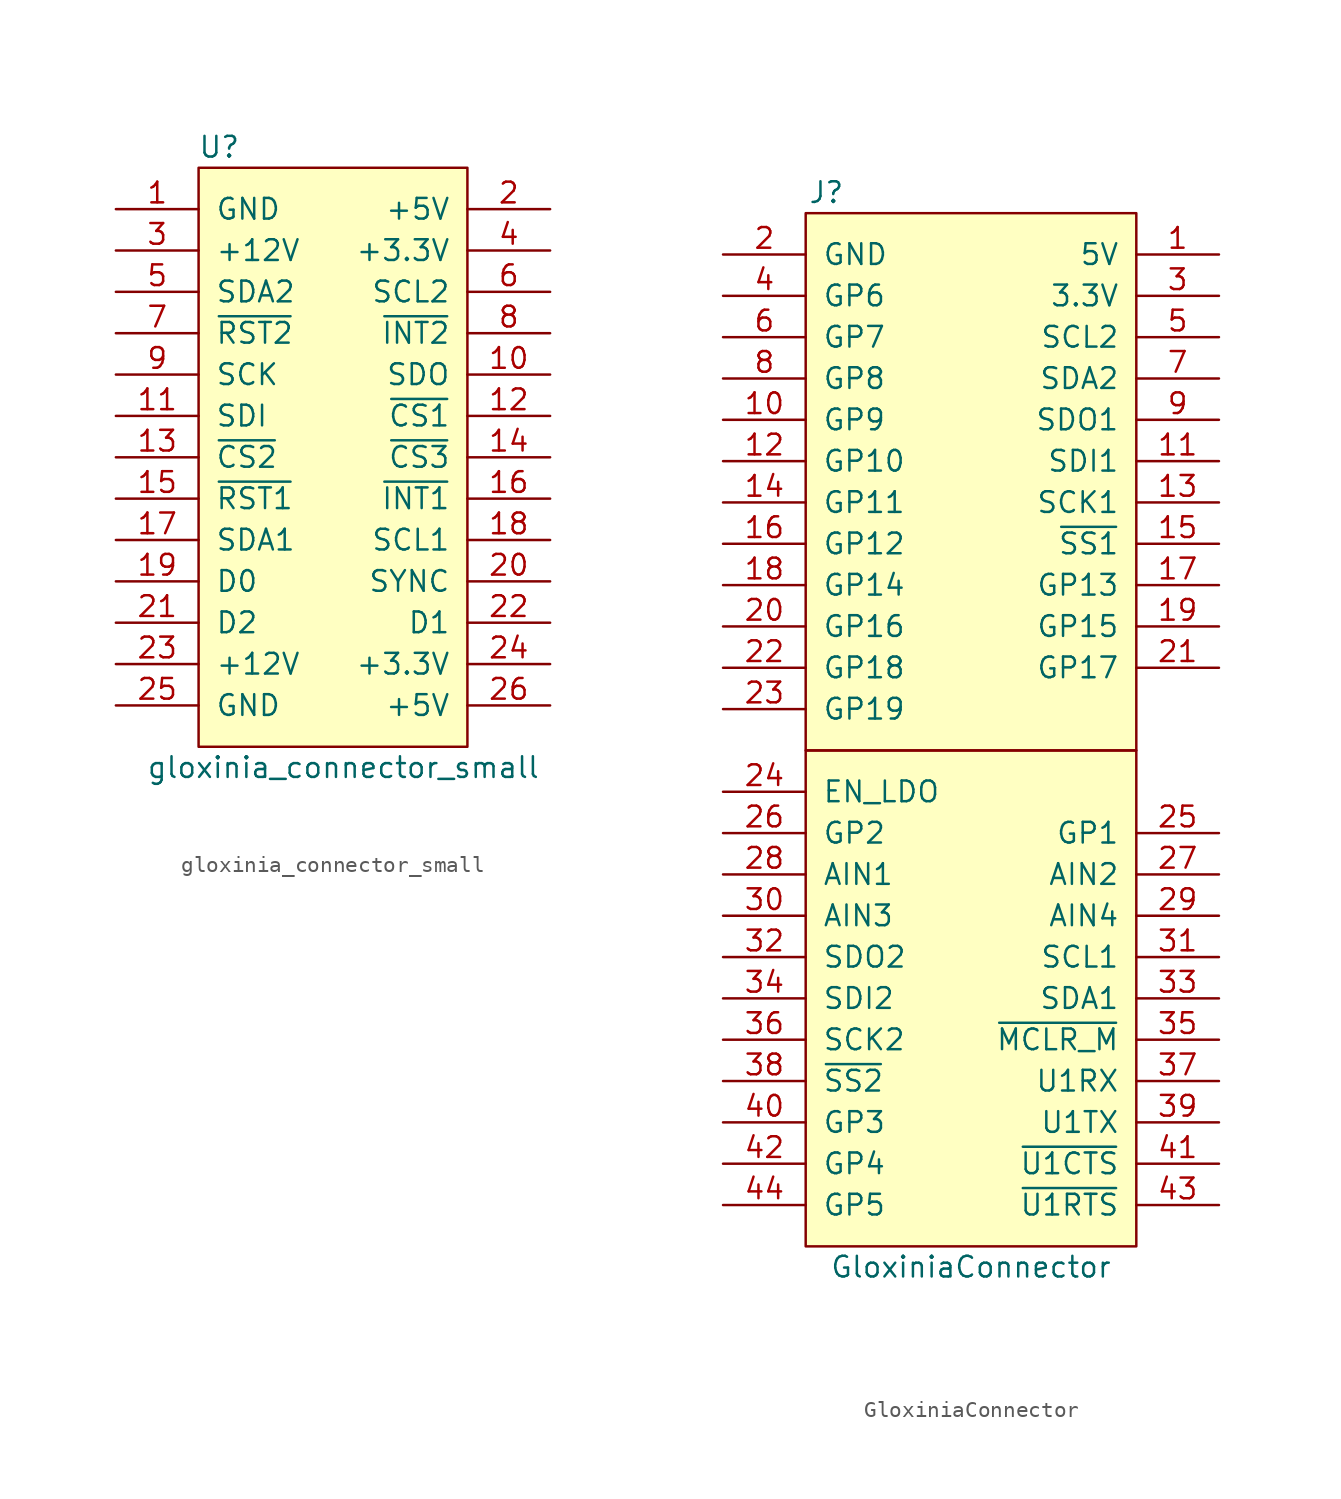
<source format=kicad_sym>
(kicad_symbol_lib
  (version 20211014)
  (generator kicad_symbol_editor)
  (symbol "gloxinia_connector_small"
    (pin_names
      (offset 1.016))
    (property "Reference" "U"
      (at -7.62 19.05 0)
      (effects (font (size 1.27 1.27))))
    (property "Value" "gloxinia_connector_small"
      (at 0 -19.05 0)
      (effects (font (size 1.27 1.27))))
    (symbol "gloxinia_connector_small_0_1"
      (rectangle (start -8.89 17.78) (end 7.62 -17.78) (stroke (width 0) (type default) (color 0 0 0 0)) (fill (type background))))
    (symbol "gloxinia_connector_small_1_1"
      (pin passive line (at -13.97 15.24 0) (length 5.08) (name "GND" (effects (font (size 1.27 1.27)))) (number "1" (effects (font (size 1.27 1.27)))))
      (pin passive line (at 12.7 5.08 180) (length 5.08) (name "SDO" (effects (font (size 1.27 1.27)))) (number "10" (effects (font (size 1.27 1.27)))))
      (pin passive line (at -13.97 2.54 0) (length 5.08) (name "SDI" (effects (font (size 1.27 1.27)))) (number "11" (effects (font (size 1.27 1.27)))))
      (pin passive line (at 12.7 2.54 180) (length 5.08) (name "~{CS1}" (effects (font (size 1.27 1.27)))) (number "12" (effects (font (size 1.27 1.27)))))
      (pin passive line (at -13.97 0 0) (length 5.08) (name "~{CS2}" (effects (font (size 1.27 1.27)))) (number "13" (effects (font (size 1.27 1.27)))))
      (pin passive line (at 12.7 0 180) (length 5.08) (name "~{CS3}" (effects (font (size 1.27 1.27)))) (number "14" (effects (font (size 1.27 1.27)))))
      (pin passive line (at -13.97 -2.54 0) (length 5.08) (name "~{RST1}" (effects (font (size 1.27 1.27)))) (number "15" (effects (font (size 1.27 1.27)))))
      (pin passive line (at 12.7 -2.54 180) (length 5.08) (name "~{INT1}" (effects (font (size 1.27 1.27)))) (number "16" (effects (font (size 1.27 1.27)))))
      (pin passive line (at -13.97 -5.08 0) (length 5.08) (name "SDA1" (effects (font (size 1.27 1.27)))) (number "17" (effects (font (size 1.27 1.27)))))
      (pin passive line (at 12.7 -5.08 180) (length 5.08) (name "SCL1" (effects (font (size 1.27 1.27)))) (number "18" (effects (font (size 1.27 1.27)))))
      (pin passive line (at -13.97 -7.62 0) (length 5.08) (name "D0" (effects (font (size 1.27 1.27)))) (number "19" (effects (font (size 1.27 1.27)))))
      (pin passive line (at 12.7 15.24 180) (length 5.08) (name "+5V" (effects (font (size 1.27 1.27)))) (number "2" (effects (font (size 1.27 1.27)))))
      (pin passive line (at 12.7 -7.62 180) (length 5.08) (name "SYNC" (effects (font (size 1.27 1.27)))) (number "20" (effects (font (size 1.27 1.27)))))
      (pin passive line (at -13.97 -10.16 0) (length 5.08) (name "D2" (effects (font (size 1.27 1.27)))) (number "21" (effects (font (size 1.27 1.27)))))
      (pin passive line (at 12.7 -10.16 180) (length 5.08) (name "D1" (effects (font (size 1.27 1.27)))) (number "22" (effects (font (size 1.27 1.27)))))
      (pin passive line (at -13.97 -12.7 0) (length 5.08) (name "+12V" (effects (font (size 1.27 1.27)))) (number "23" (effects (font (size 1.27 1.27)))))
      (pin passive line (at 12.7 -12.7 180) (length 5.08) (name "+3.3V" (effects (font (size 1.27 1.27)))) (number "24" (effects (font (size 1.27 1.27)))))
      (pin passive line (at -13.97 -15.24 0) (length 5.08) (name "GND" (effects (font (size 1.27 1.27)))) (number "25" (effects (font (size 1.27 1.27)))))
      (pin passive line (at 12.7 -15.24 180) (length 5.08) (name "+5V" (effects (font (size 1.27 1.27)))) (number "26" (effects (font (size 1.27 1.27)))))
      (pin passive line (at -13.97 12.7 0) (length 5.08) (name "+12V" (effects (font (size 1.27 1.27)))) (number "3" (effects (font (size 1.27 1.27)))))
      (pin passive line (at 12.7 12.7 180) (length 5.08) (name "+3.3V" (effects (font (size 1.27 1.27)))) (number "4" (effects (font (size 1.27 1.27)))))
      (pin passive line (at -13.97 10.16 0) (length 5.08) (name "SDA2" (effects (font (size 1.27 1.27)))) (number "5" (effects (font (size 1.27 1.27)))))
      (pin passive line (at 12.7 10.16 180) (length 5.08) (name "SCL2" (effects (font (size 1.27 1.27)))) (number "6" (effects (font (size 1.27 1.27)))))
      (pin passive line (at -13.97 7.62 0) (length 5.08) (name "~{RST2}" (effects (font (size 1.27 1.27)))) (number "7" (effects (font (size 1.27 1.27)))))
      (pin passive line (at 12.7 7.62 180) (length 5.08) (name "~{INT2}" (effects (font (size 1.27 1.27)))) (number "8" (effects (font (size 1.27 1.27)))))
      (pin passive line (at -13.97 5.08 0) (length 5.08) (name "SCK" (effects (font (size 1.27 1.27)))) (number "9" (effects (font (size 1.27 1.27)))))))
  (symbol "GloxiniaConnector"
    (pin_names
      (offset 1.016))
    (property "Reference" "J"
      (at -7.62 33.02 0)
      (effects (font (size 1.27 1.27))))
    (property "Value" "GloxiniaConnector"
      (at 1.27 -33.02 0)
      (effects (font (size 1.27 1.27))))
    (symbol "GloxiniaConnector_0_1"
      (rectangle (start -8.89 -31.75) (end 11.43 -1.27) (stroke (width 0) (type default) (color 0 0 0 0)) (fill (type background)))
      (rectangle (start -8.89 31.75) (end 11.43 -1.27) (stroke (width 0) (type default) (color 0 0 0 0)) (fill (type background))))
    (symbol "GloxiniaConnector_1_1"
      (pin passive line (at 16.51 29.21 180) (length 5.08) (name "5V" (effects (font (size 1.27 1.27)))) (number "1" (effects (font (size 1.27 1.27)))))
      (pin passive line (at -13.97 19.05 0) (length 5.08) (name "GP9" (effects (font (size 1.27 1.27)))) (number "10" (effects (font (size 1.27 1.27)))))
      (pin passive line (at 16.51 16.51 180) (length 5.08) (name "SDI1" (effects (font (size 1.27 1.27)))) (number "11" (effects (font (size 1.27 1.27)))))
      (pin passive line (at -13.97 16.51 0) (length 5.08) (name "GP10" (effects (font (size 1.27 1.27)))) (number "12" (effects (font (size 1.27 1.27)))))
      (pin passive line (at 16.51 13.97 180) (length 5.08) (name "SCK1" (effects (font (size 1.27 1.27)))) (number "13" (effects (font (size 1.27 1.27)))))
      (pin passive line (at -13.97 13.97 0) (length 5.08) (name "GP11" (effects (font (size 1.27 1.27)))) (number "14" (effects (font (size 1.27 1.27)))))
      (pin passive line (at 16.51 11.43 180) (length 5.08) (name "~{SS1}" (effects (font (size 1.27 1.27)))) (number "15" (effects (font (size 1.27 1.27)))))
      (pin passive line (at -13.97 11.43 0) (length 5.08) (name "GP12" (effects (font (size 1.27 1.27)))) (number "16" (effects (font (size 1.27 1.27)))))
      (pin passive line (at 16.51 8.89 180) (length 5.08) (name "GP13" (effects (font (size 1.27 1.27)))) (number "17" (effects (font (size 1.27 1.27)))))
      (pin passive line (at -13.97 8.89 0) (length 5.08) (name "GP14" (effects (font (size 1.27 1.27)))) (number "18" (effects (font (size 1.27 1.27)))))
      (pin passive line (at 16.51 6.35 180) (length 5.08) (name "GP15" (effects (font (size 1.27 1.27)))) (number "19" (effects (font (size 1.27 1.27)))))
      (pin passive line (at -13.97 29.21 0) (length 5.08) (name "GND" (effects (font (size 1.27 1.27)))) (number "2" (effects (font (size 1.27 1.27)))))
      (pin passive line (at -13.97 6.35 0) (length 5.08) (name "GP16" (effects (font (size 1.27 1.27)))) (number "20" (effects (font (size 1.27 1.27)))))
      (pin passive line (at 16.51 3.81 180) (length 5.08) (name "GP17" (effects (font (size 1.27 1.27)))) (number "21" (effects (font (size 1.27 1.27)))))
      (pin passive line (at -13.97 3.81 0) (length 5.08) (name "GP18" (effects (font (size 1.27 1.27)))) (number "22" (effects (font (size 1.27 1.27)))))
      (pin passive line (at -13.97 1.27 0) (length 5.08) (name "GP19" (effects (font (size 1.27 1.27)))) (number "23" (effects (font (size 1.27 1.27)))))
      (pin passive line (at -13.97 -3.81 0) (length 5.08) (name "EN_LDO" (effects (font (size 1.27 1.27)))) (number "24" (effects (font (size 1.27 1.27)))))
      (pin passive line (at 16.51 -6.35 180) (length 5.08) (name "GP1" (effects (font (size 1.27 1.27)))) (number "25" (effects (font (size 1.27 1.27)))))
      (pin passive line (at -13.97 -6.35 0) (length 5.08) (name "GP2" (effects (font (size 1.27 1.27)))) (number "26" (effects (font (size 1.27 1.27)))))
      (pin passive line (at 16.51 -8.89 180) (length 5.08) (name "AIN2" (effects (font (size 1.27 1.27)))) (number "27" (effects (font (size 1.27 1.27)))))
      (pin passive line (at -13.97 -8.89 0) (length 5.08) (name "AIN1" (effects (font (size 1.27 1.27)))) (number "28" (effects (font (size 1.27 1.27)))))
      (pin passive line (at 16.51 -11.43 180) (length 5.08) (name "AIN4" (effects (font (size 1.27 1.27)))) (number "29" (effects (font (size 1.27 1.27)))))
      (pin passive line (at 16.51 26.67 180) (length 5.08) (name "3.3V" (effects (font (size 1.27 1.27)))) (number "3" (effects (font (size 1.27 1.27)))))
      (pin passive line (at -13.97 -11.43 0) (length 5.08) (name "AIN3" (effects (font (size 1.27 1.27)))) (number "30" (effects (font (size 1.27 1.27)))))
      (pin passive line (at 16.51 -13.97 180) (length 5.08) (name "SCL1" (effects (font (size 1.27 1.27)))) (number "31" (effects (font (size 1.27 1.27)))))
      (pin passive line (at -13.97 -13.97 0) (length 5.08) (name "SDO2" (effects (font (size 1.27 1.27)))) (number "32" (effects (font (size 1.27 1.27)))))
      (pin passive line (at 16.51 -16.51 180) (length 5.08) (name "SDA1" (effects (font (size 1.27 1.27)))) (number "33" (effects (font (size 1.27 1.27)))))
      (pin passive line (at -13.97 -16.51 0) (length 5.08) (name "SDI2" (effects (font (size 1.27 1.27)))) (number "34" (effects (font (size 1.27 1.27)))))
      (pin passive line (at 16.51 -19.05 180) (length 5.08) (name "~{MCLR_M}" (effects (font (size 1.27 1.27)))) (number "35" (effects (font (size 1.27 1.27)))))
      (pin passive line (at -13.97 -19.05 0) (length 5.08) (name "SCK2" (effects (font (size 1.27 1.27)))) (number "36" (effects (font (size 1.27 1.27)))))
      (pin passive line (at 16.51 -21.59 180) (length 5.08) (name "U1RX" (effects (font (size 1.27 1.27)))) (number "37" (effects (font (size 1.27 1.27)))))
      (pin passive line (at -13.97 -21.59 0) (length 5.08) (name "~{SS2}" (effects (font (size 1.27 1.27)))) (number "38" (effects (font (size 1.27 1.27)))))
      (pin passive line (at 16.51 -24.13 180) (length 5.08) (name "U1TX" (effects (font (size 1.27 1.27)))) (number "39" (effects (font (size 1.27 1.27)))))
      (pin passive line (at -13.97 26.67 0) (length 5.08) (name "GP6" (effects (font (size 1.27 1.27)))) (number "4" (effects (font (size 1.27 1.27)))))
      (pin passive line (at -13.97 -24.13 0) (length 5.08) (name "GP3" (effects (font (size 1.27 1.27)))) (number "40" (effects (font (size 1.27 1.27)))))
      (pin passive line (at 16.51 -26.67 180) (length 5.08) (name "~{U1CTS}" (effects (font (size 1.27 1.27)))) (number "41" (effects (font (size 1.27 1.27)))))
      (pin passive line (at -13.97 -26.67 0) (length 5.08) (name "GP4" (effects (font (size 1.27 1.27)))) (number "42" (effects (font (size 1.27 1.27)))))
      (pin passive line (at 16.51 -29.21 180) (length 5.08) (name "~{U1RTS}" (effects (font (size 1.27 1.27)))) (number "43" (effects (font (size 1.27 1.27)))))
      (pin passive line (at -13.97 -29.21 0) (length 5.08) (name "GP5" (effects (font (size 1.27 1.27)))) (number "44" (effects (font (size 1.27 1.27)))))
      (pin passive line (at 16.51 24.13 180) (length 5.08) (name "SCL2" (effects (font (size 1.27 1.27)))) (number "5" (effects (font (size 1.27 1.27)))))
      (pin passive line (at -13.97 24.13 0) (length 5.08) (name "GP7" (effects (font (size 1.27 1.27)))) (number "6" (effects (font (size 1.27 1.27)))))
      (pin passive line (at 16.51 21.59 180) (length 5.08) (name "SDA2" (effects (font (size 1.27 1.27)))) (number "7" (effects (font (size 1.27 1.27)))))
      (pin passive line (at -13.97 21.59 0) (length 5.08) (name "GP8" (effects (font (size 1.27 1.27)))) (number "8" (effects (font (size 1.27 1.27)))))
      (pin passive line (at 16.51 19.05 180) (length 5.08) (name "SDO1" (effects (font (size 1.27 1.27)))) (number "9" (effects (font (size 1.27 1.27))))))))
</source>
